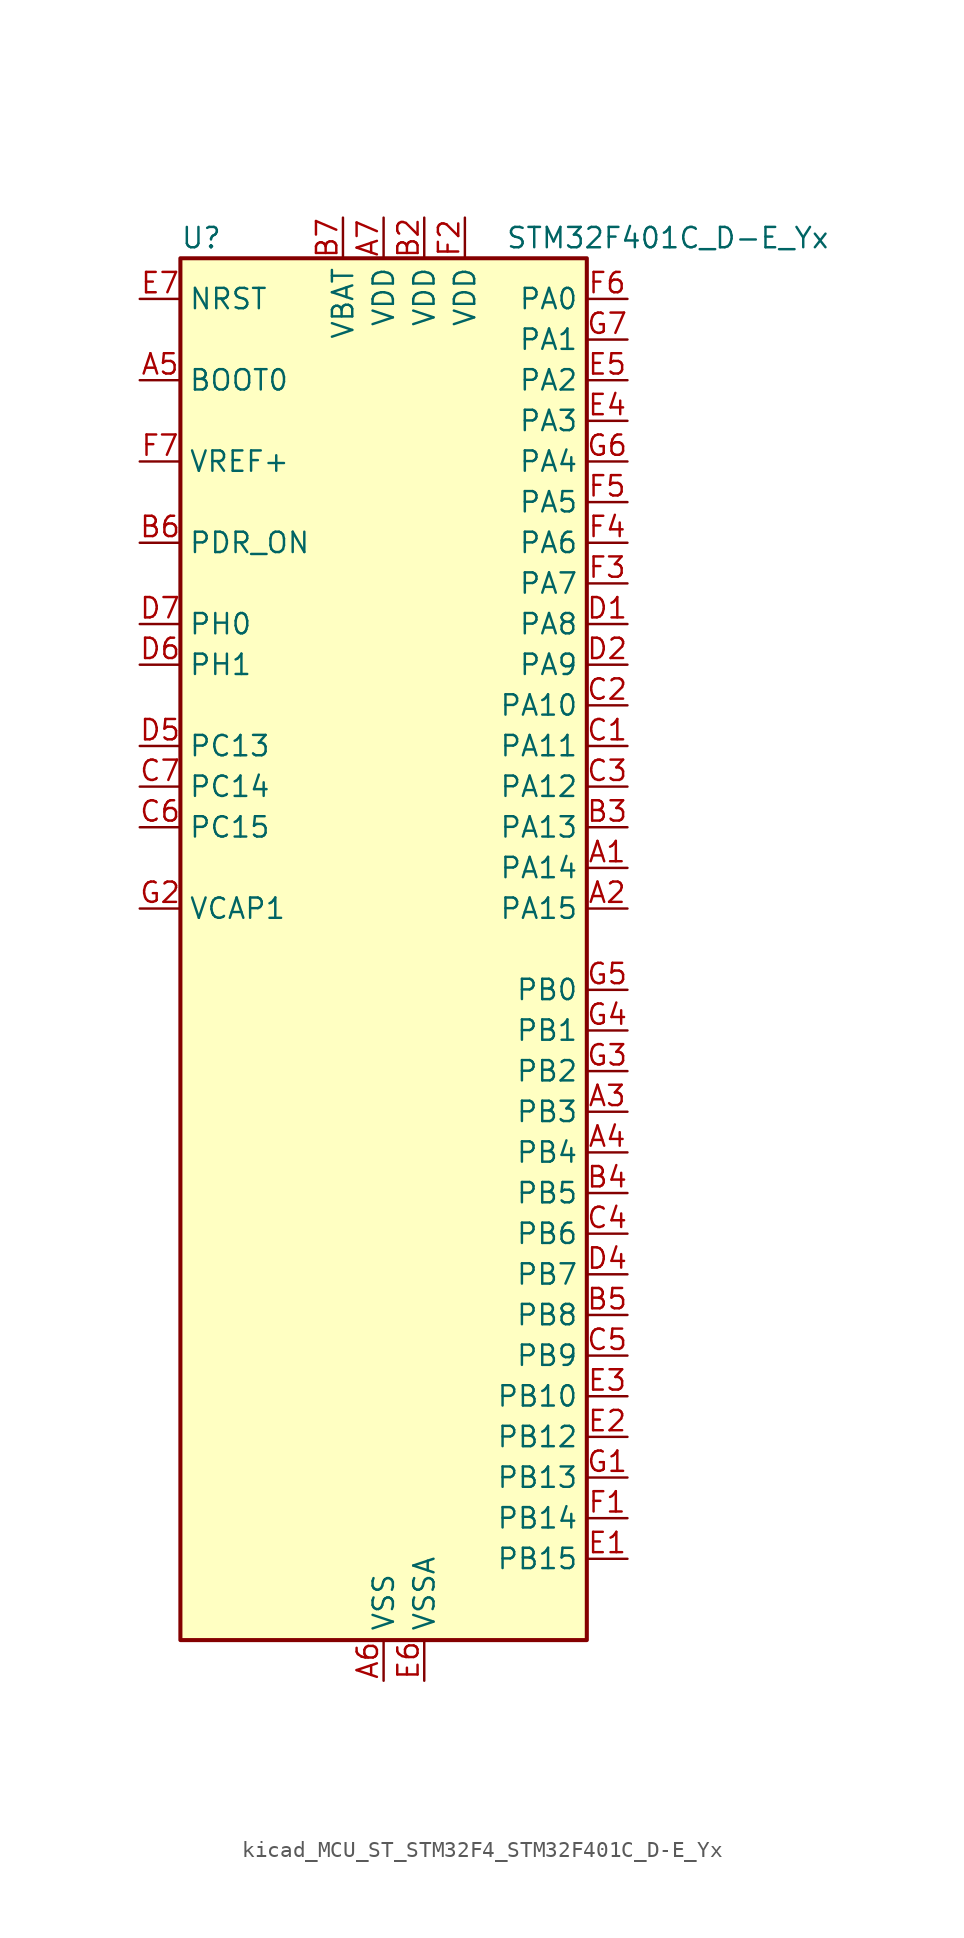
<source format=kicad_sym>
(kicad_symbol_lib
  (version 20220914)
  (generator kicad_symbol_editor)
  (symbol "kicad_MCU_ST_STM32F4_STM32F401C_D-E_Yx"
    (property "Reference" "U"
      (at -12.7 44.45 0)
      (effects (font (size 1.27 1.27)) (justify left)))
    (property "Value" "STM32F401C_D-E_Yx"
      (at 7.62 44.45 0)
      (effects (font (size 1.27 1.27)) (justify left)))
    (property "ki_locked" ""
      (at 0 0 0)
      (effects (font (size 1.27 1.27))))
    (symbol "kicad_MCU_ST_STM32F4_STM32F401C_D-E_Yx_0_1"
      (rectangle (start -12.7 -43.18) (end 12.7 43.18) (stroke (width 0.254) (type default)) (fill (type background))))
    (symbol "kicad_MCU_ST_STM32F4_STM32F401C_D-E_Yx_1_1"
      (pin bidirectional line (at 15.24 5.08 180) (length 2.54) (name "PA14" (effects (font (size 1.27 1.27)))) (number "A1" (effects (font (size 1.27 1.27)))) (alternate "SYS_JTCK-SWCLK" bidirectional line))
      (pin bidirectional line (at 15.24 2.54 180) (length 2.54) (name "PA15" (effects (font (size 1.27 1.27)))) (number "A2" (effects (font (size 1.27 1.27)))) (alternate "ADC1_EXTI15" bidirectional line) (alternate "I2S3_WS" bidirectional line) (alternate "SPI1_NSS" bidirectional line) (alternate "SPI3_NSS" bidirectional line) (alternate "SYS_JTDI" bidirectional line) (alternate "TIM2_CH1" bidirectional line) (alternate "TIM2_ETR" bidirectional line))
      (pin bidirectional line (at 15.24 -10.16 180) (length 2.54) (name "PB3" (effects (font (size 1.27 1.27)))) (number "A3" (effects (font (size 1.27 1.27)))) (alternate "I2C2_SDA" bidirectional line) (alternate "I2S3_CK" bidirectional line) (alternate "SPI1_SCK" bidirectional line) (alternate "SPI3_SCK" bidirectional line) (alternate "SYS_JTDO-SWO" bidirectional line) (alternate "TIM2_CH2" bidirectional line))
      (pin bidirectional line (at 15.24 -12.7 180) (length 2.54) (name "PB4" (effects (font (size 1.27 1.27)))) (number "A4" (effects (font (size 1.27 1.27)))) (alternate "I2C3_SDA" bidirectional line) (alternate "I2S3_ext_SD" bidirectional line) (alternate "SPI1_MISO" bidirectional line) (alternate "SPI3_MISO" bidirectional line) (alternate "SYS_JTRST" bidirectional line) (alternate "TIM3_CH1" bidirectional line))
      (pin input line (at -15.24 35.56 0) (length 2.54) (name "BOOT0" (effects (font (size 1.27 1.27)))) (number "A5" (effects (font (size 1.27 1.27)))))
      (pin power_in line (at 0 -45.72 90) (length 2.54) (name "VSS" (effects (font (size 1.27 1.27)))) (number "A6" (effects (font (size 1.27 1.27)))))
      (pin power_in line (at 0 45.72 270) (length 2.54) (name "VDD" (effects (font (size 1.27 1.27)))) (number "A7" (effects (font (size 1.27 1.27)))))
      (pin passive line (at 0 -45.72 90) (length 2.54) hide (name "VSS" (effects (font (size 1.27 1.27)))) (number "B1" (effects (font (size 1.27 1.27)))))
      (pin power_in line (at 2.54 45.72 270) (length 2.54) (name "VDD" (effects (font (size 1.27 1.27)))) (number "B2" (effects (font (size 1.27 1.27)))))
      (pin bidirectional line (at 15.24 7.62 180) (length 2.54) (name "PA13" (effects (font (size 1.27 1.27)))) (number "B3" (effects (font (size 1.27 1.27)))) (alternate "SYS_JTMS-SWDIO" bidirectional line))
      (pin bidirectional line (at 15.24 -15.24 180) (length 2.54) (name "PB5" (effects (font (size 1.27 1.27)))) (number "B4" (effects (font (size 1.27 1.27)))) (alternate "I2C1_SMBA" bidirectional line) (alternate "I2S3_SD" bidirectional line) (alternate "SPI1_MOSI" bidirectional line) (alternate "SPI3_MOSI" bidirectional line) (alternate "TIM3_CH2" bidirectional line))
      (pin bidirectional line (at 15.24 -22.86 180) (length 2.54) (name "PB8" (effects (font (size 1.27 1.27)))) (number "B5" (effects (font (size 1.27 1.27)))) (alternate "I2C1_SCL" bidirectional line) (alternate "TIM10_CH1" bidirectional line) (alternate "TIM4_CH3" bidirectional line))
      (pin input line (at -15.24 25.4 0) (length 2.54) (name "PDR_ON" (effects (font (size 1.27 1.27)))) (number "B6" (effects (font (size 1.27 1.27)))))
      (pin power_in line (at -2.54 45.72 270) (length 2.54) (name "VBAT" (effects (font (size 1.27 1.27)))) (number "B7" (effects (font (size 1.27 1.27)))))
      (pin bidirectional line (at 15.24 12.7 180) (length 2.54) (name "PA11" (effects (font (size 1.27 1.27)))) (number "C1" (effects (font (size 1.27 1.27)))) (alternate "ADC1_EXTI11" bidirectional line) (alternate "TIM1_CH4" bidirectional line) (alternate "USART1_CTS" bidirectional line) (alternate "USART6_TX" bidirectional line) (alternate "USB_OTG_FS_DM" bidirectional line))
      (pin bidirectional line (at 15.24 15.24 180) (length 2.54) (name "PA10" (effects (font (size 1.27 1.27)))) (number "C2" (effects (font (size 1.27 1.27)))) (alternate "TIM1_CH3" bidirectional line) (alternate "USART1_RX" bidirectional line) (alternate "USB_OTG_FS_ID" bidirectional line))
      (pin bidirectional line (at 15.24 10.16 180) (length 2.54) (name "PA12" (effects (font (size 1.27 1.27)))) (number "C3" (effects (font (size 1.27 1.27)))) (alternate "TIM1_ETR" bidirectional line) (alternate "USART1_RTS" bidirectional line) (alternate "USART6_RX" bidirectional line) (alternate "USB_OTG_FS_DP" bidirectional line))
      (pin bidirectional line (at 15.24 -17.78 180) (length 2.54) (name "PB6" (effects (font (size 1.27 1.27)))) (number "C4" (effects (font (size 1.27 1.27)))) (alternate "I2C1_SCL" bidirectional line) (alternate "TIM4_CH1" bidirectional line) (alternate "USART1_TX" bidirectional line))
      (pin bidirectional line (at 15.24 -25.4 180) (length 2.54) (name "PB9" (effects (font (size 1.27 1.27)))) (number "C5" (effects (font (size 1.27 1.27)))) (alternate "I2C1_SDA" bidirectional line) (alternate "I2S2_WS" bidirectional line) (alternate "SPI2_NSS" bidirectional line) (alternate "TIM11_CH1" bidirectional line) (alternate "TIM4_CH4" bidirectional line))
      (pin bidirectional line (at -15.24 7.62 0) (length 2.54) (name "PC15" (effects (font (size 1.27 1.27)))) (number "C6" (effects (font (size 1.27 1.27)))) (alternate "ADC1_EXTI15" bidirectional line) (alternate "RCC_OSC32_OUT" bidirectional line))
      (pin bidirectional line (at -15.24 10.16 0) (length 2.54) (name "PC14" (effects (font (size 1.27 1.27)))) (number "C7" (effects (font (size 1.27 1.27)))) (alternate "RCC_OSC32_IN" bidirectional line))
      (pin bidirectional line (at 15.24 20.32 180) (length 2.54) (name "PA8" (effects (font (size 1.27 1.27)))) (number "D1" (effects (font (size 1.27 1.27)))) (alternate "I2C3_SCL" bidirectional line) (alternate "RCC_MCO_1" bidirectional line) (alternate "TIM1_CH1" bidirectional line) (alternate "USART1_CK" bidirectional line) (alternate "USB_OTG_FS_SOF" bidirectional line))
      (pin bidirectional line (at 15.24 17.78 180) (length 2.54) (name "PA9" (effects (font (size 1.27 1.27)))) (number "D2" (effects (font (size 1.27 1.27)))) (alternate "I2C3_SMBA" bidirectional line) (alternate "TIM1_CH2" bidirectional line) (alternate "USART1_TX" bidirectional line) (alternate "USB_OTG_FS_VBUS" bidirectional line))
      (pin passive line (at 0 -45.72 90) (length 2.54) hide (name "VSS" (effects (font (size 1.27 1.27)))) (number "D3" (effects (font (size 1.27 1.27)))))
      (pin bidirectional line (at 15.24 -20.32 180) (length 2.54) (name "PB7" (effects (font (size 1.27 1.27)))) (number "D4" (effects (font (size 1.27 1.27)))) (alternate "I2C1_SDA" bidirectional line) (alternate "TIM4_CH2" bidirectional line) (alternate "USART1_RX" bidirectional line))
      (pin bidirectional line (at -15.24 12.7 0) (length 2.54) (name "PC13" (effects (font (size 1.27 1.27)))) (number "D5" (effects (font (size 1.27 1.27)))) (alternate "RTC_AF1" bidirectional line))
      (pin bidirectional line (at -15.24 17.78 0) (length 2.54) (name "PH1" (effects (font (size 1.27 1.27)))) (number "D6" (effects (font (size 1.27 1.27)))) (alternate "RCC_OSC_OUT" bidirectional line))
      (pin bidirectional line (at -15.24 20.32 0) (length 2.54) (name "PH0" (effects (font (size 1.27 1.27)))) (number "D7" (effects (font (size 1.27 1.27)))) (alternate "RCC_OSC_IN" bidirectional line))
      (pin bidirectional line (at 15.24 -38.1 180) (length 2.54) (name "PB15" (effects (font (size 1.27 1.27)))) (number "E1" (effects (font (size 1.27 1.27)))) (alternate "ADC1_EXTI15" bidirectional line) (alternate "I2S2_SD" bidirectional line) (alternate "RTC_REFIN" bidirectional line) (alternate "SPI2_MOSI" bidirectional line) (alternate "TIM1_CH3N" bidirectional line))
      (pin bidirectional line (at 15.24 -30.48 180) (length 2.54) (name "PB12" (effects (font (size 1.27 1.27)))) (number "E2" (effects (font (size 1.27 1.27)))) (alternate "I2C2_SMBA" bidirectional line) (alternate "I2S2_WS" bidirectional line) (alternate "SPI2_NSS" bidirectional line) (alternate "TIM1_BKIN" bidirectional line))
      (pin bidirectional line (at 15.24 -27.94 180) (length 2.54) (name "PB10" (effects (font (size 1.27 1.27)))) (number "E3" (effects (font (size 1.27 1.27)))) (alternate "I2C2_SCL" bidirectional line) (alternate "I2S2_CK" bidirectional line) (alternate "SPI2_SCK" bidirectional line) (alternate "TIM2_CH3" bidirectional line))
      (pin bidirectional line (at 15.24 33.02 180) (length 2.54) (name "PA3" (effects (font (size 1.27 1.27)))) (number "E4" (effects (font (size 1.27 1.27)))) (alternate "ADC1_IN3" bidirectional line) (alternate "TIM2_CH4" bidirectional line) (alternate "TIM5_CH4" bidirectional line) (alternate "TIM9_CH2" bidirectional line) (alternate "USART2_RX" bidirectional line))
      (pin bidirectional line (at 15.24 35.56 180) (length 2.54) (name "PA2" (effects (font (size 1.27 1.27)))) (number "E5" (effects (font (size 1.27 1.27)))) (alternate "ADC1_IN2" bidirectional line) (alternate "TIM2_CH3" bidirectional line) (alternate "TIM5_CH3" bidirectional line) (alternate "TIM9_CH1" bidirectional line) (alternate "USART2_TX" bidirectional line))
      (pin power_in line (at 2.54 -45.72 90) (length 2.54) (name "VSSA" (effects (font (size 1.27 1.27)))) (number "E6" (effects (font (size 1.27 1.27)))))
      (pin input line (at -15.24 40.64 0) (length 2.54) (name "NRST" (effects (font (size 1.27 1.27)))) (number "E7" (effects (font (size 1.27 1.27)))))
      (pin bidirectional line (at 15.24 -35.56 180) (length 2.54) (name "PB14" (effects (font (size 1.27 1.27)))) (number "F1" (effects (font (size 1.27 1.27)))) (alternate "I2S2_ext_SD" bidirectional line) (alternate "SPI2_MISO" bidirectional line) (alternate "TIM1_CH2N" bidirectional line))
      (pin power_in line (at 5.08 45.72 270) (length 2.54) (name "VDD" (effects (font (size 1.27 1.27)))) (number "F2" (effects (font (size 1.27 1.27)))))
      (pin bidirectional line (at 15.24 22.86 180) (length 2.54) (name "PA7" (effects (font (size 1.27 1.27)))) (number "F3" (effects (font (size 1.27 1.27)))) (alternate "ADC1_IN7" bidirectional line) (alternate "SPI1_MOSI" bidirectional line) (alternate "TIM1_CH1N" bidirectional line) (alternate "TIM3_CH2" bidirectional line))
      (pin bidirectional line (at 15.24 25.4 180) (length 2.54) (name "PA6" (effects (font (size 1.27 1.27)))) (number "F4" (effects (font (size 1.27 1.27)))) (alternate "ADC1_IN6" bidirectional line) (alternate "SPI1_MISO" bidirectional line) (alternate "TIM1_BKIN" bidirectional line) (alternate "TIM3_CH1" bidirectional line))
      (pin bidirectional line (at 15.24 27.94 180) (length 2.54) (name "PA5" (effects (font (size 1.27 1.27)))) (number "F5" (effects (font (size 1.27 1.27)))) (alternate "ADC1_IN5" bidirectional line) (alternate "SPI1_SCK" bidirectional line) (alternate "TIM2_CH1" bidirectional line) (alternate "TIM2_ETR" bidirectional line))
      (pin bidirectional line (at 15.24 40.64 180) (length 2.54) (name "PA0" (effects (font (size 1.27 1.27)))) (number "F6" (effects (font (size 1.27 1.27)))) (alternate "ADC1_IN0" bidirectional line) (alternate "SYS_WKUP" bidirectional line) (alternate "TIM2_CH1" bidirectional line) (alternate "TIM2_ETR" bidirectional line) (alternate "TIM5_CH1" bidirectional line) (alternate "USART2_CTS" bidirectional line))
      (pin input line (at -15.24 30.48 0) (length 2.54) (name "VREF+" (effects (font (size 1.27 1.27)))) (number "F7" (effects (font (size 1.27 1.27)))))
      (pin bidirectional line (at 15.24 -33.02 180) (length 2.54) (name "PB13" (effects (font (size 1.27 1.27)))) (number "G1" (effects (font (size 1.27 1.27)))) (alternate "I2S2_CK" bidirectional line) (alternate "SPI2_SCK" bidirectional line) (alternate "TIM1_CH1N" bidirectional line))
      (pin power_out line (at -15.24 2.54 0) (length 2.54) (name "VCAP1" (effects (font (size 1.27 1.27)))) (number "G2" (effects (font (size 1.27 1.27)))))
      (pin bidirectional line (at 15.24 -7.62 180) (length 2.54) (name "PB2" (effects (font (size 1.27 1.27)))) (number "G3" (effects (font (size 1.27 1.27)))))
      (pin bidirectional line (at 15.24 -5.08 180) (length 2.54) (name "PB1" (effects (font (size 1.27 1.27)))) (number "G4" (effects (font (size 1.27 1.27)))) (alternate "ADC1_IN9" bidirectional line) (alternate "TIM1_CH3N" bidirectional line) (alternate "TIM3_CH4" bidirectional line))
      (pin bidirectional line (at 15.24 -2.54 180) (length 2.54) (name "PB0" (effects (font (size 1.27 1.27)))) (number "G5" (effects (font (size 1.27 1.27)))) (alternate "ADC1_IN8" bidirectional line) (alternate "TIM1_CH2N" bidirectional line) (alternate "TIM3_CH3" bidirectional line))
      (pin bidirectional line (at 15.24 30.48 180) (length 2.54) (name "PA4" (effects (font (size 1.27 1.27)))) (number "G6" (effects (font (size 1.27 1.27)))) (alternate "ADC1_IN4" bidirectional line) (alternate "I2S3_WS" bidirectional line) (alternate "SPI1_NSS" bidirectional line) (alternate "SPI3_NSS" bidirectional line) (alternate "USART2_CK" bidirectional line))
      (pin bidirectional line (at 15.24 38.1 180) (length 2.54) (name "PA1" (effects (font (size 1.27 1.27)))) (number "G7" (effects (font (size 1.27 1.27)))) (alternate "ADC1_IN1" bidirectional line) (alternate "TIM2_CH2" bidirectional line) (alternate "TIM5_CH2" bidirectional line) (alternate "USART2_RTS" bidirectional line)))))
</source>
